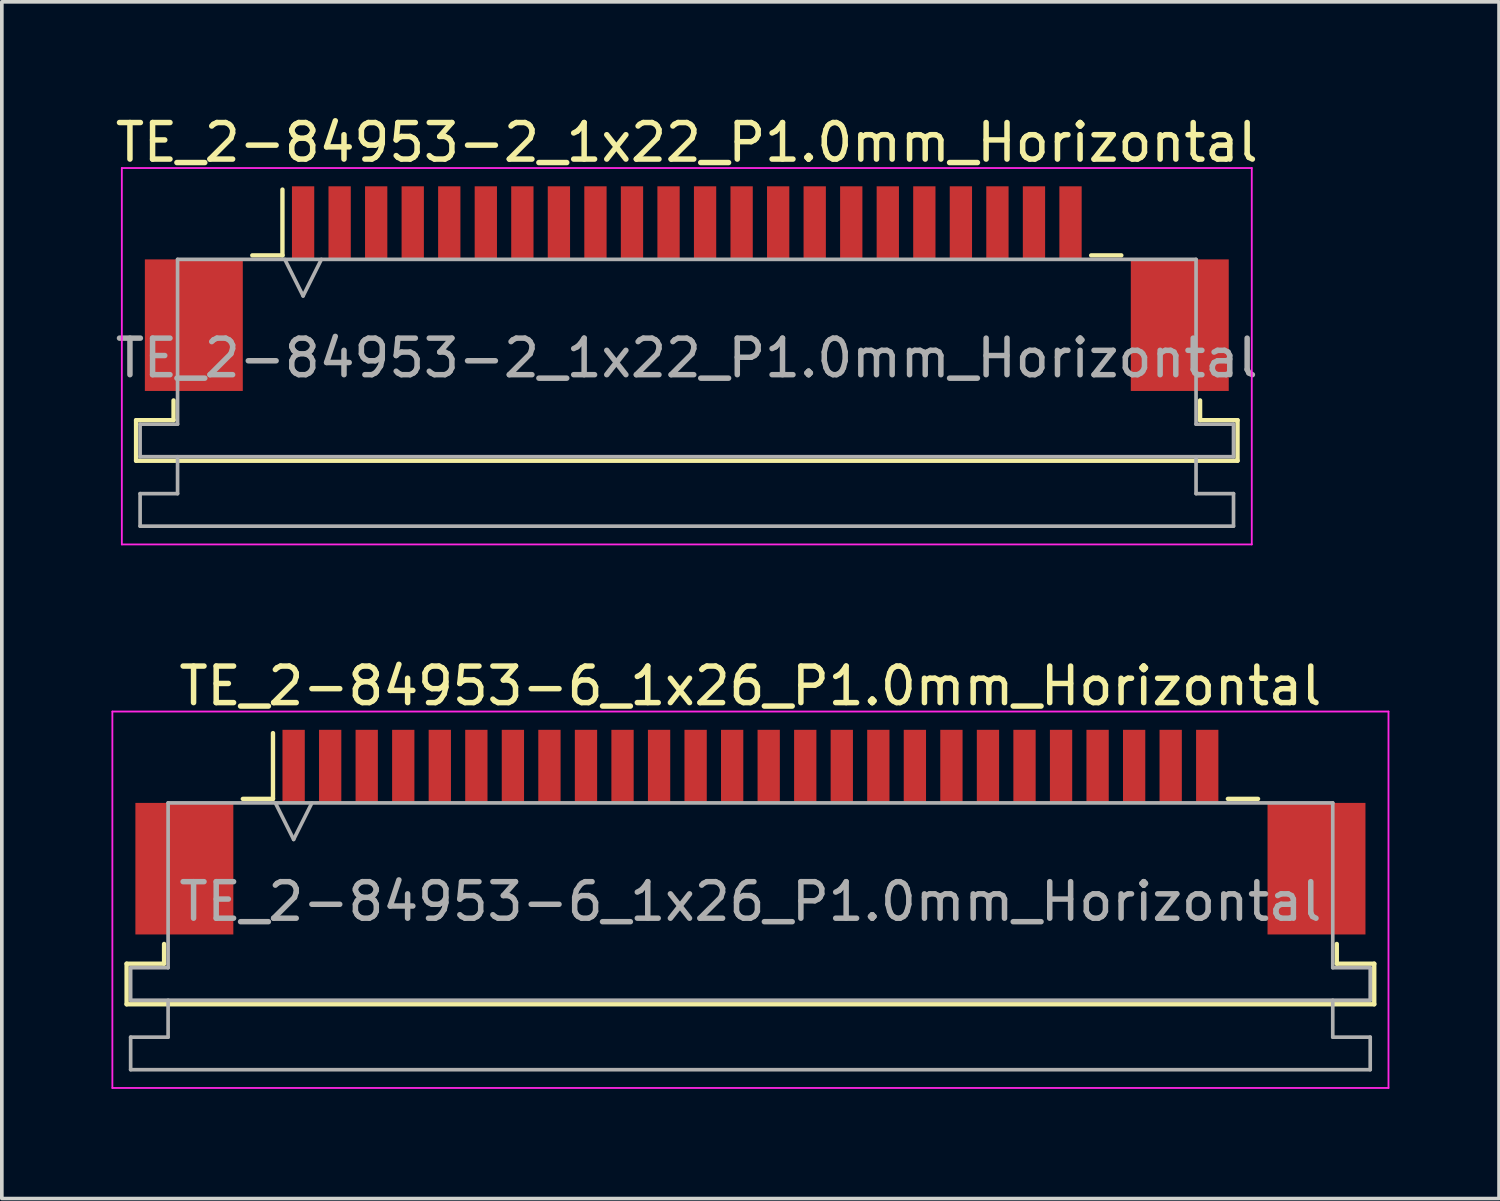
<source format=kicad_pcb>
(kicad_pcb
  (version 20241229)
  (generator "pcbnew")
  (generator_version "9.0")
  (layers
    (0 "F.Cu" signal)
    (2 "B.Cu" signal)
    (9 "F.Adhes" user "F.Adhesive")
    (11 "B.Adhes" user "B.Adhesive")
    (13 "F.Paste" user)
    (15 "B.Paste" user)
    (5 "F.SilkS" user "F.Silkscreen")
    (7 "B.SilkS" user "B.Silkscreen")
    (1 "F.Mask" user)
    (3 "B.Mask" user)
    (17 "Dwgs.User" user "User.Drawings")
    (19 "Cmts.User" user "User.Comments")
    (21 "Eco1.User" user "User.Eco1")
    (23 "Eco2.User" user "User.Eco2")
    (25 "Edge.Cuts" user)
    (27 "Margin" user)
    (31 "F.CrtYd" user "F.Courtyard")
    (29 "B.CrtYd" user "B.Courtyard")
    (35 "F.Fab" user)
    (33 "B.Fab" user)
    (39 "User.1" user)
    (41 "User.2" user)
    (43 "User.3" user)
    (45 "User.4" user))
  (footprint "TE_2-84953-6_1x26_P1.0mm_Horizontal"
    (layer "F.Cu")
    (at 17.485 19.721)
    (property "Reference" "TE_2-84953-6_1x26_P1.0mm_Horizontal" (at 0 -4 0) (layer "F.SilkS") (effects (font (size 1 1) (thickness 0.15))))
    (attr smd)
    (fp_line (start -17.07 3.6) (end -16.045 3.6) (stroke (width 0.12) (type solid)) (layer "F.SilkS"))
    (fp_line (start -17.07 4.71) (end -17.07 3.6) (stroke (width 0.12) (type solid)) (layer "F.SilkS"))
    (fp_line (start -16.045 3.6) (end -16.045 3.06) (stroke (width 0.12) (type solid)) (layer "F.SilkS"))
    (fp_line (start -13.89 -0.91) (end -13.065 -0.91) (stroke (width 0.12) (type solid)) (layer "F.SilkS"))
    (fp_line (start -13.065 -0.91) (end -13.065 -2.71) (stroke (width 0.12) (type solid)) (layer "F.SilkS"))
    (fp_line (start 13.065 -0.91) (end 13.89 -0.91) (stroke (width 0.12) (type solid)) (layer "F.SilkS"))
    (fp_line (start 16.045 3.06) (end 16.045 3.6) (stroke (width 0.12) (type solid)) (layer "F.SilkS"))
    (fp_line (start 16.045 3.6) (end 17.07 3.6) (stroke (width 0.12) (type solid)) (layer "F.SilkS"))
    (fp_line (start 17.07 3.6) (end 17.07 4.71) (stroke (width 0.12) (type solid)) (layer "F.SilkS"))
    (fp_line (start 17.07 4.71) (end -17.07 4.71) (stroke (width 0.12) (type solid)) (layer "F.SilkS"))
    (fp_line (start -17.46 -3.3) (end -17.46 7) (stroke (width 0.05) (type solid)) (layer "F.CrtYd"))
    (fp_line (start -17.46 7) (end 17.46 7) (stroke (width 0.05) (type solid)) (layer "F.CrtYd"))
    (fp_line (start 17.46 -3.3) (end -17.46 -3.3) (stroke (width 0.05) (type solid)) (layer "F.CrtYd"))
    (fp_line (start 17.46 7) (end 17.46 -3.3) (stroke (width 0.05) (type solid)) (layer "F.CrtYd"))
    (fp_line (start -16.96 3.71) (end -15.935 3.71) (stroke (width 0.1) (type solid)) (layer "F.Fab"))
    (fp_line (start -16.96 4.6) (end -16.96 3.71) (stroke (width 0.1) (type solid)) (layer "F.Fab"))
    (fp_line (start -16.96 5.61) (end -15.935 5.61) (stroke (width 0.1) (type solid)) (layer "F.Fab"))
    (fp_line (start -16.96 6.5) (end -16.96 5.61) (stroke (width 0.1) (type solid)) (layer "F.Fab"))
    (fp_line (start -15.935 -0.8) (end 15.935 -0.8) (stroke (width 0.1) (type solid)) (layer "F.Fab"))
    (fp_line (start -15.935 3.71) (end -15.935 -0.8) (stroke (width 0.1) (type solid)) (layer "F.Fab"))
    (fp_line (start -15.935 5.61) (end -15.935 4.6) (stroke (width 0.1) (type solid)) (layer "F.Fab"))
    (fp_line (start -13 -0.8) (end -12.5 0.2) (stroke (width 0.1) (type solid)) (layer "F.Fab"))
    (fp_line (start -12.5 0.2) (end -12 -0.8) (stroke (width 0.1) (type solid)) (layer "F.Fab"))
    (fp_line (start 15.935 -0.8) (end 15.935 3.71) (stroke (width 0.1) (type solid)) (layer "F.Fab"))
    (fp_line (start 15.935 3.71) (end 16.96 3.71) (stroke (width 0.1) (type solid)) (layer "F.Fab"))
    (fp_line (start 15.935 4.6) (end 15.935 5.61) (stroke (width 0.1) (type solid)) (layer "F.Fab"))
    (fp_line (start 15.935 5.61) (end 16.96 5.61) (stroke (width 0.1) (type solid)) (layer "F.Fab"))
    (fp_line (start 16.96 3.71) (end 16.96 4.6) (stroke (width 0.1) (type solid)) (layer "F.Fab"))
    (fp_line (start 16.96 4.6) (end -16.96 4.6) (stroke (width 0.1) (type solid)) (layer "F.Fab"))
    (fp_line (start 16.96 5.61) (end 16.96 6.5) (stroke (width 0.1) (type solid)) (layer "F.Fab"))
    (fp_line (start 16.96 6.5) (end -16.96 6.5) (stroke (width 0.1) (type solid)) (layer "F.Fab"))
    (fp_text user "${REFERENCE}" (at 0 1.9 0) (layer "F.Fab") (effects (font (size 1 1) (thickness 0.15))))
    (pad "" smd rect (at -15.49 1) (size 2.68 3.6) (layers "F.Cu" "F.Mask" "F.Paste"))
    (pad "" smd rect (at 15.49 1) (size 2.68 3.6) (layers "F.Cu" "F.Mask" "F.Paste"))
    (pad "1" smd rect (at -12.5 -1.8) (size 0.61 2) (layers "F.Cu" "F.Mask" "F.Paste"))
    (pad "2" smd rect (at -11.5 -1.8) (size 0.61 2) (layers "F.Cu" "F.Mask" "F.Paste"))
    (pad "3" smd rect (at -10.5 -1.8) (size 0.61 2) (layers "F.Cu" "F.Mask" "F.Paste"))
    (pad "4" smd rect (at -9.5 -1.8) (size 0.61 2) (layers "F.Cu" "F.Mask" "F.Paste"))
    (pad "5" smd rect (at -8.5 -1.8) (size 0.61 2) (layers "F.Cu" "F.Mask" "F.Paste"))
    (pad "6" smd rect (at -7.5 -1.8) (size 0.61 2) (layers "F.Cu" "F.Mask" "F.Paste"))
    (pad "7" smd rect (at -6.5 -1.8) (size 0.61 2) (layers "F.Cu" "F.Mask" "F.Paste"))
    (pad "8" smd rect (at -5.5 -1.8) (size 0.61 2) (layers "F.Cu" "F.Mask" "F.Paste"))
    (pad "9" smd rect (at -4.5 -1.8) (size 0.61 2) (layers "F.Cu" "F.Mask" "F.Paste"))
    (pad "10" smd rect (at -3.5 -1.8) (size 0.61 2) (layers "F.Cu" "F.Mask" "F.Paste"))
    (pad "11" smd rect (at -2.5 -1.8) (size 0.61 2) (layers "F.Cu" "F.Mask" "F.Paste"))
    (pad "12" smd rect (at -1.5 -1.8) (size 0.61 2) (layers "F.Cu" "F.Mask" "F.Paste"))
    (pad "13" smd rect (at -0.5 -1.8) (size 0.61 2) (layers "F.Cu" "F.Mask" "F.Paste"))
    (pad "14" smd rect (at 0.5 -1.8) (size 0.61 2) (layers "F.Cu" "F.Mask" "F.Paste"))
    (pad "15" smd rect (at 1.5 -1.8) (size 0.61 2) (layers "F.Cu" "F.Mask" "F.Paste"))
    (pad "16" smd rect (at 2.5 -1.8) (size 0.61 2) (layers "F.Cu" "F.Mask" "F.Paste"))
    (pad "17" smd rect (at 3.5 -1.8) (size 0.61 2) (layers "F.Cu" "F.Mask" "F.Paste"))
    (pad "18" smd rect (at 4.5 -1.8) (size 0.61 2) (layers "F.Cu" "F.Mask" "F.Paste"))
    (pad "19" smd rect (at 5.5 -1.8) (size 0.61 2) (layers "F.Cu" "F.Mask" "F.Paste"))
    (pad "20" smd rect (at 6.5 -1.8) (size 0.61 2) (layers "F.Cu" "F.Mask" "F.Paste"))
    (pad "21" smd rect (at 7.5 -1.8) (size 0.61 2) (layers "F.Cu" "F.Mask" "F.Paste"))
    (pad "22" smd rect (at 8.5 -1.8) (size 0.61 2) (layers "F.Cu" "F.Mask" "F.Paste"))
    (pad "23" smd rect (at 9.5 -1.8) (size 0.61 2) (layers "F.Cu" "F.Mask" "F.Paste"))
    (pad "24" smd rect (at 10.5 -1.8) (size 0.61 2) (layers "F.Cu" "F.Mask" "F.Paste"))
    (pad "25" smd rect (at 11.5 -1.8) (size 0.61 2) (layers "F.Cu" "F.Mask" "F.Paste"))
    (pad "26" smd rect (at 12.5 -1.8) (size 0.61 2) (layers "F.Cu" "F.Mask" "F.Paste")))
  (footprint "TE_2-84953-2_1x22_P1.0mm_Horizontal"
    (layer "F.Cu")
    (at 15.744 4.848)
    (property "Reference" "TE_2-84953-2_1x22_P1.0mm_Horizontal" (at 0 -4 0) (layer "F.SilkS") (effects (font (size 1 1) (thickness 0.15))))
    (attr smd)
    (fp_line (start -15.07 3.6) (end -14.045 3.6) (stroke (width 0.12) (type solid)) (layer "F.SilkS"))
    (fp_line (start -15.07 4.71) (end -15.07 3.6) (stroke (width 0.12) (type solid)) (layer "F.SilkS"))
    (fp_line (start -14.045 3.6) (end -14.045 3.06) (stroke (width 0.12) (type solid)) (layer "F.SilkS"))
    (fp_line (start -11.89 -0.91) (end -11.065 -0.91) (stroke (width 0.12) (type solid)) (layer "F.SilkS"))
    (fp_line (start -11.065 -0.91) (end -11.065 -2.71) (stroke (width 0.12) (type solid)) (layer "F.SilkS"))
    (fp_line (start 11.065 -0.91) (end 11.89 -0.91) (stroke (width 0.12) (type solid)) (layer "F.SilkS"))
    (fp_line (start 14.045 3.06) (end 14.045 3.6) (stroke (width 0.12) (type solid)) (layer "F.SilkS"))
    (fp_line (start 14.045 3.6) (end 15.07 3.6) (stroke (width 0.12) (type solid)) (layer "F.SilkS"))
    (fp_line (start 15.07 3.6) (end 15.07 4.71) (stroke (width 0.12) (type solid)) (layer "F.SilkS"))
    (fp_line (start 15.07 4.71) (end -15.07 4.71) (stroke (width 0.12) (type solid)) (layer "F.SilkS"))
    (fp_line (start -15.46 -3.3) (end -15.46 7) (stroke (width 0.05) (type solid)) (layer "F.CrtYd"))
    (fp_line (start -15.46 7) (end 15.46 7) (stroke (width 0.05) (type solid)) (layer "F.CrtYd"))
    (fp_line (start 15.46 -3.3) (end -15.46 -3.3) (stroke (width 0.05) (type solid)) (layer "F.CrtYd"))
    (fp_line (start 15.46 7) (end 15.46 -3.3) (stroke (width 0.05) (type solid)) (layer "F.CrtYd"))
    (fp_line (start -14.96 3.71) (end -13.935 3.71) (stroke (width 0.1) (type solid)) (layer "F.Fab"))
    (fp_line (start -14.96 4.6) (end -14.96 3.71) (stroke (width 0.1) (type solid)) (layer "F.Fab"))
    (fp_line (start -14.96 5.61) (end -13.935 5.61) (stroke (width 0.1) (type solid)) (layer "F.Fab"))
    (fp_line (start -14.96 6.5) (end -14.96 5.61) (stroke (width 0.1) (type solid)) (layer "F.Fab"))
    (fp_line (start -13.935 -0.8) (end 13.935 -0.8) (stroke (width 0.1) (type solid)) (layer "F.Fab"))
    (fp_line (start -13.935 3.71) (end -13.935 -0.8) (stroke (width 0.1) (type solid)) (layer "F.Fab"))
    (fp_line (start -13.935 5.61) (end -13.935 4.6) (stroke (width 0.1) (type solid)) (layer "F.Fab"))
    (fp_line (start -11 -0.8) (end -10.5 0.2) (stroke (width 0.1) (type solid)) (layer "F.Fab"))
    (fp_line (start -10.5 0.2) (end -10 -0.8) (stroke (width 0.1) (type solid)) (layer "F.Fab"))
    (fp_line (start 13.935 -0.8) (end 13.935 3.71) (stroke (width 0.1) (type solid)) (layer "F.Fab"))
    (fp_line (start 13.935 3.71) (end 14.96 3.71) (stroke (width 0.1) (type solid)) (layer "F.Fab"))
    (fp_line (start 13.935 4.6) (end 13.935 5.61) (stroke (width 0.1) (type solid)) (layer "F.Fab"))
    (fp_line (start 13.935 5.61) (end 14.96 5.61) (stroke (width 0.1) (type solid)) (layer "F.Fab"))
    (fp_line (start 14.96 3.71) (end 14.96 4.6) (stroke (width 0.1) (type solid)) (layer "F.Fab"))
    (fp_line (start 14.96 4.6) (end -14.96 4.6) (stroke (width 0.1) (type solid)) (layer "F.Fab"))
    (fp_line (start 14.96 5.61) (end 14.96 6.5) (stroke (width 0.1) (type solid)) (layer "F.Fab"))
    (fp_line (start 14.96 6.5) (end -14.96 6.5) (stroke (width 0.1) (type solid)) (layer "F.Fab"))
    (fp_text user "${REFERENCE}" (at 0 1.9 0) (layer "F.Fab") (effects (font (size 1 1) (thickness 0.15))))
    (pad "" smd rect (at -13.49 1) (size 2.68 3.6) (layers "F.Cu" "F.Mask" "F.Paste"))
    (pad "" smd rect (at 13.49 1) (size 2.68 3.6) (layers "F.Cu" "F.Mask" "F.Paste"))
    (pad "1" smd rect (at -10.5 -1.8) (size 0.61 2) (layers "F.Cu" "F.Mask" "F.Paste"))
    (pad "2" smd rect (at -9.5 -1.8) (size 0.61 2) (layers "F.Cu" "F.Mask" "F.Paste"))
    (pad "3" smd rect (at -8.5 -1.8) (size 0.61 2) (layers "F.Cu" "F.Mask" "F.Paste"))
    (pad "4" smd rect (at -7.5 -1.8) (size 0.61 2) (layers "F.Cu" "F.Mask" "F.Paste"))
    (pad "5" smd rect (at -6.5 -1.8) (size 0.61 2) (layers "F.Cu" "F.Mask" "F.Paste"))
    (pad "6" smd rect (at -5.5 -1.8) (size 0.61 2) (layers "F.Cu" "F.Mask" "F.Paste"))
    (pad "7" smd rect (at -4.5 -1.8) (size 0.61 2) (layers "F.Cu" "F.Mask" "F.Paste"))
    (pad "8" smd rect (at -3.5 -1.8) (size 0.61 2) (layers "F.Cu" "F.Mask" "F.Paste"))
    (pad "9" smd rect (at -2.5 -1.8) (size 0.61 2) (layers "F.Cu" "F.Mask" "F.Paste"))
    (pad "10" smd rect (at -1.5 -1.8) (size 0.61 2) (layers "F.Cu" "F.Mask" "F.Paste"))
    (pad "11" smd rect (at -0.5 -1.8) (size 0.61 2) (layers "F.Cu" "F.Mask" "F.Paste"))
    (pad "12" smd rect (at 0.5 -1.8) (size 0.61 2) (layers "F.Cu" "F.Mask" "F.Paste"))
    (pad "13" smd rect (at 1.5 -1.8) (size 0.61 2) (layers "F.Cu" "F.Mask" "F.Paste"))
    (pad "14" smd rect (at 2.5 -1.8) (size 0.61 2) (layers "F.Cu" "F.Mask" "F.Paste"))
    (pad "15" smd rect (at 3.5 -1.8) (size 0.61 2) (layers "F.Cu" "F.Mask" "F.Paste"))
    (pad "16" smd rect (at 4.5 -1.8) (size 0.61 2) (layers "F.Cu" "F.Mask" "F.Paste"))
    (pad "17" smd rect (at 5.5 -1.8) (size 0.61 2) (layers "F.Cu" "F.Mask" "F.Paste"))
    (pad "18" smd rect (at 6.5 -1.8) (size 0.61 2) (layers "F.Cu" "F.Mask" "F.Paste"))
    (pad "19" smd rect (at 7.5 -1.8) (size 0.61 2) (layers "F.Cu" "F.Mask" "F.Paste"))
    (pad "20" smd rect (at 8.5 -1.8) (size 0.61 2) (layers "F.Cu" "F.Mask" "F.Paste"))
    (pad "21" smd rect (at 9.5 -1.8) (size 0.61 2) (layers "F.Cu" "F.Mask" "F.Paste"))
    (pad "22" smd rect (at 10.5 -1.8) (size 0.61 2) (layers "F.Cu" "F.Mask" "F.Paste")))
  (gr_rect
    (start -3 -3)
    (end 37.97 29.747)
    (stroke (width 0.1) (type default))
    (fill no)
    (layer "Edge.Cuts")))
</source>
